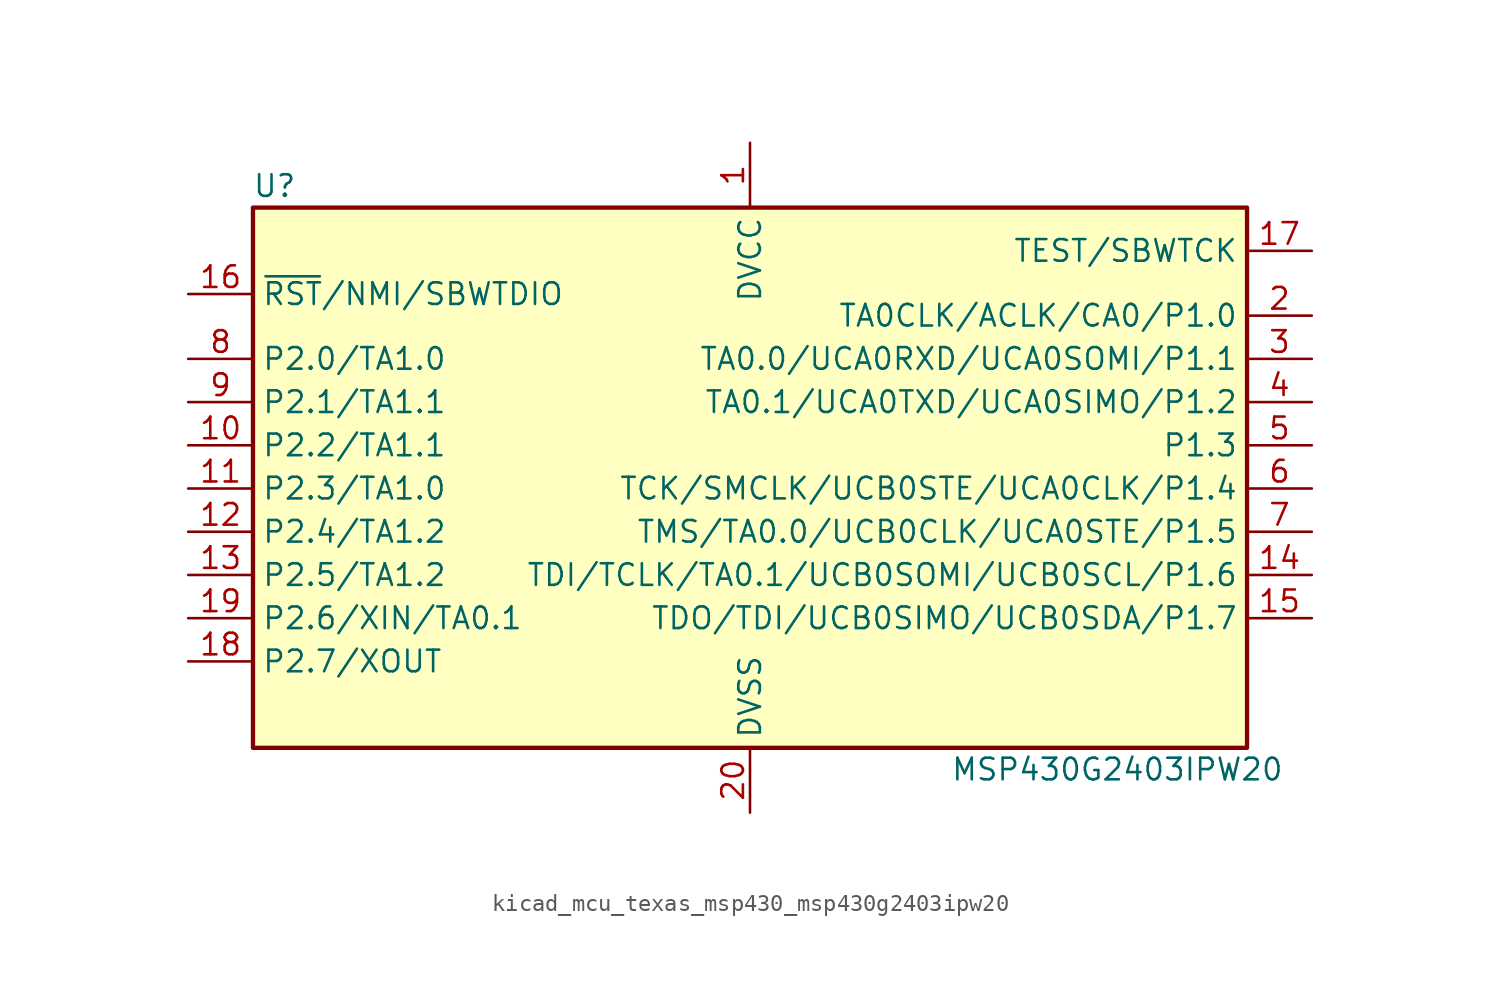
<source format=kicad_sym>
(kicad_symbol_lib
  (version 20220914)
  (generator kicad_symbol_editor)
  (symbol "kicad_mcu_texas_msp430_msp430g2403ipw20"
    (property "Reference" "U"
      (at -27.94 17.78 0)
      (effects (font (size 1.27 1.27))))
    (property "Value" "MSP430G2403IPW20"
      (at 21.59 -16.51 0)
      (effects (font (size 1.27 1.27))))
    (symbol "kicad_mcu_texas_msp430_msp430g2403ipw20_0_1"
      (rectangle (start -29.21 16.51) (end 29.21 -15.24) (stroke (width 0.254) (type default)) (fill (type background))))
    (symbol "kicad_mcu_texas_msp430_msp430g2403ipw20_1_1"
      (pin power_in line (at 0 20.32 270) (length 3.81) (name "DVCC" (effects (font (size 1.27 1.27)))) (number "1" (effects (font (size 1.27 1.27)))))
      (pin bidirectional line (at -33.02 2.54 0) (length 3.81) (name "P2.2/TA1.1" (effects (font (size 1.27 1.27)))) (number "10" (effects (font (size 1.27 1.27)))))
      (pin bidirectional line (at -33.02 0 0) (length 3.81) (name "P2.3/TA1.0" (effects (font (size 1.27 1.27)))) (number "11" (effects (font (size 1.27 1.27)))))
      (pin bidirectional line (at -33.02 -2.54 0) (length 3.81) (name "P2.4/TA1.2" (effects (font (size 1.27 1.27)))) (number "12" (effects (font (size 1.27 1.27)))))
      (pin bidirectional line (at -33.02 -5.08 0) (length 3.81) (name "P2.5/TA1.2" (effects (font (size 1.27 1.27)))) (number "13" (effects (font (size 1.27 1.27)))))
      (pin bidirectional line (at 33.02 -5.08 180) (length 3.81) (name "TDI/TCLK/TA0.1/UCB0SOMI/UCB0SCL/P1.6" (effects (font (size 1.27 1.27)))) (number "14" (effects (font (size 1.27 1.27)))))
      (pin bidirectional line (at 33.02 -7.62 180) (length 3.81) (name "TDO/TDI/UCB0SIMO/UCB0SDA/P1.7" (effects (font (size 1.27 1.27)))) (number "15" (effects (font (size 1.27 1.27)))))
      (pin input line (at -33.02 11.43 0) (length 3.81) (name "~{RST}/NMI/SBWTDIO" (effects (font (size 1.27 1.27)))) (number "16" (effects (font (size 1.27 1.27)))))
      (pin input line (at 33.02 13.97 180) (length 3.81) (name "TEST/SBWTCK" (effects (font (size 1.27 1.27)))) (number "17" (effects (font (size 1.27 1.27)))))
      (pin bidirectional line (at -33.02 -10.16 0) (length 3.81) (name "P2.7/XOUT" (effects (font (size 1.27 1.27)))) (number "18" (effects (font (size 1.27 1.27)))))
      (pin bidirectional line (at -33.02 -7.62 0) (length 3.81) (name "P2.6/XIN/TA0.1" (effects (font (size 1.27 1.27)))) (number "19" (effects (font (size 1.27 1.27)))))
      (pin bidirectional line (at 33.02 10.16 180) (length 3.81) (name "TA0CLK/ACLK/CA0/P1.0" (effects (font (size 1.27 1.27)))) (number "2" (effects (font (size 1.27 1.27)))))
      (pin power_in line (at 0 -19.05 90) (length 3.81) (name "DVSS" (effects (font (size 1.27 1.27)))) (number "20" (effects (font (size 1.27 1.27)))))
      (pin bidirectional line (at 33.02 7.62 180) (length 3.81) (name "TA0.0/UCA0RXD/UCA0SOMI/P1.1" (effects (font (size 1.27 1.27)))) (number "3" (effects (font (size 1.27 1.27)))))
      (pin bidirectional line (at 33.02 5.08 180) (length 3.81) (name "TA0.1/UCA0TXD/UCA0SIMO/P1.2" (effects (font (size 1.27 1.27)))) (number "4" (effects (font (size 1.27 1.27)))))
      (pin bidirectional line (at 33.02 2.54 180) (length 3.81) (name "P1.3" (effects (font (size 1.27 1.27)))) (number "5" (effects (font (size 1.27 1.27)))))
      (pin bidirectional line (at 33.02 0 180) (length 3.81) (name "TCK/SMCLK/UCB0STE/UCA0CLK/P1.4" (effects (font (size 1.27 1.27)))) (number "6" (effects (font (size 1.27 1.27)))))
      (pin bidirectional line (at 33.02 -2.54 180) (length 3.81) (name "TMS/TA0.0/UCB0CLK/UCA0STE/P1.5" (effects (font (size 1.27 1.27)))) (number "7" (effects (font (size 1.27 1.27)))))
      (pin bidirectional line (at -33.02 7.62 0) (length 3.81) (name "P2.0/TA1.0" (effects (font (size 1.27 1.27)))) (number "8" (effects (font (size 1.27 1.27)))))
      (pin bidirectional line (at -33.02 5.08 0) (length 3.81) (name "P2.1/TA1.1" (effects (font (size 1.27 1.27)))) (number "9" (effects (font (size 1.27 1.27))))))))
</source>
